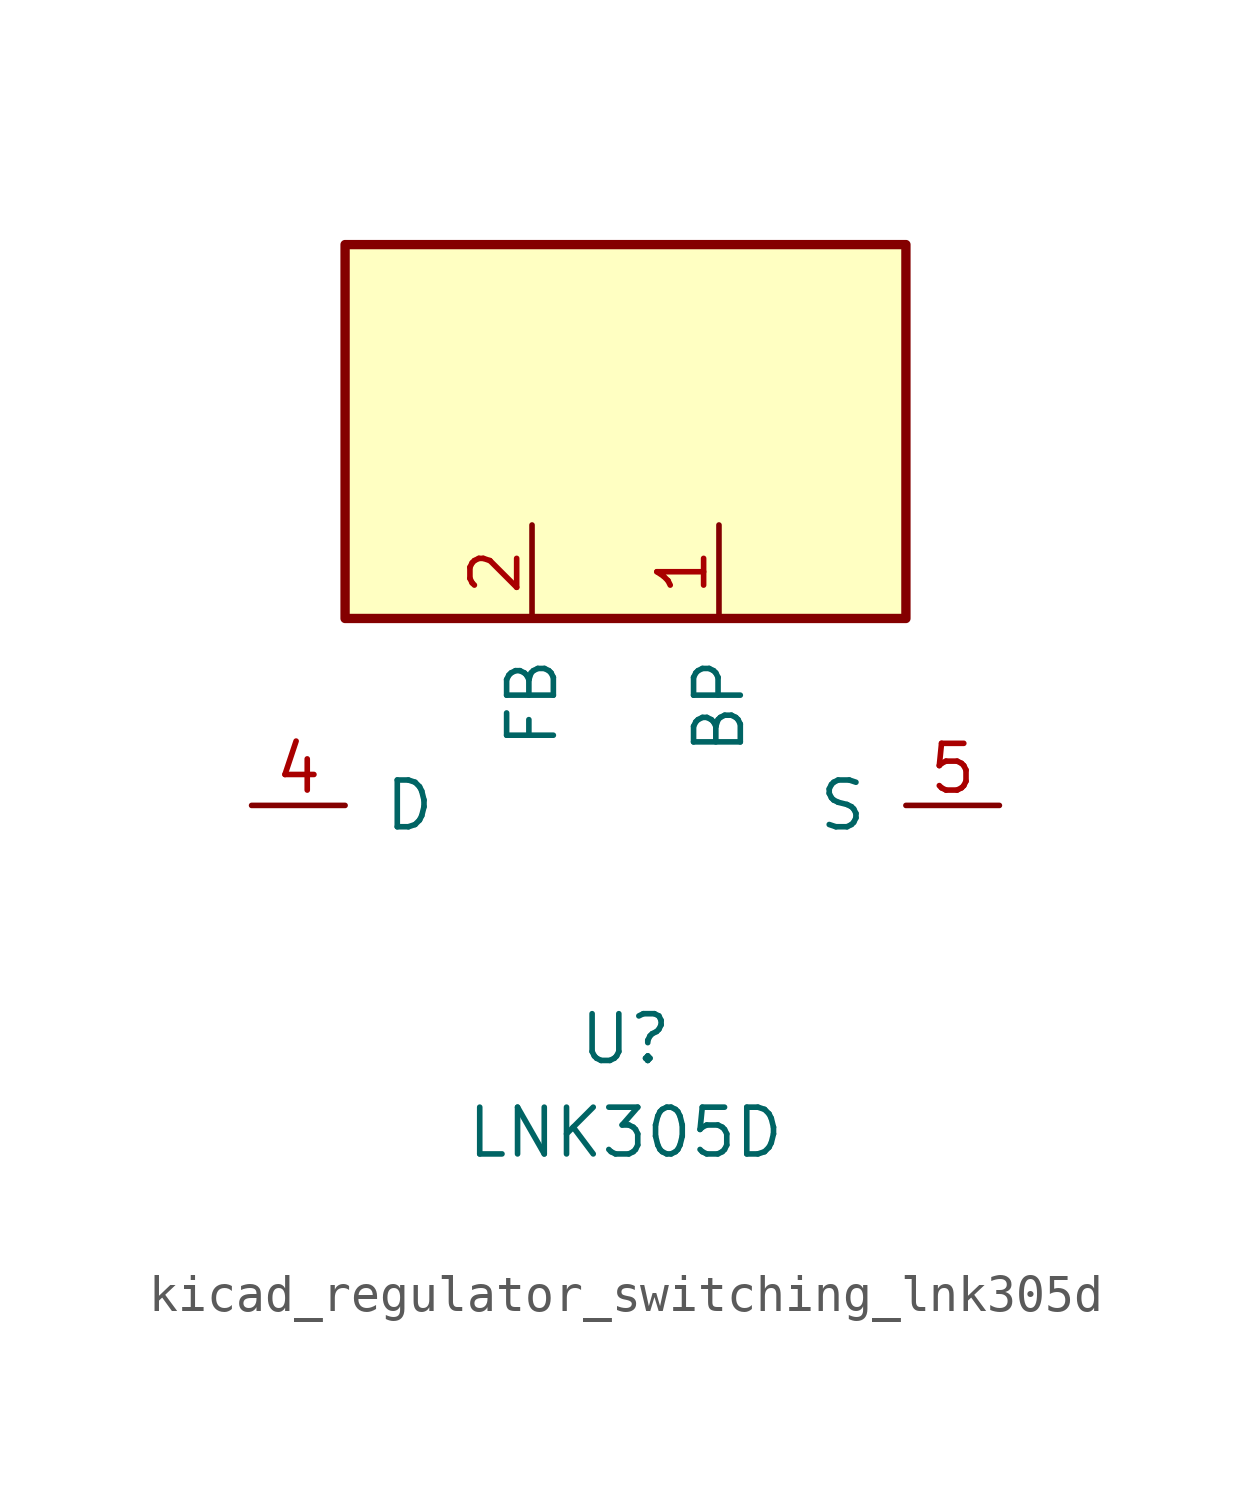
<source format=kicad_sym>
(kicad_symbol_lib
  (version 20220914)
  (generator kicad_symbol_editor)
  (symbol "kicad_regulator_switching_lnk305d"
    (pin_names
      (offset 1.016))
    (property "Reference" "U"
      (at 0 -6.35 0)
      (effects (font (size 1.27 1.27))))
    (property "Value" "LNK305D"
      (at 0 -8.89 0)
      (effects (font (size 1.27 1.27))))
    (symbol "kicad_regulator_switching_lnk305d_0_1"
      (rectangle (start 7.62 15.24) (end -7.62 5.08) (stroke (width 0.254) (type default)) (fill (type background))))
    (symbol "kicad_regulator_switching_lnk305d_1_1"
      (pin input line (at 2.54 7.62 270) (length 2.54) (name "BP" (effects (font (size 1.27 1.27)))) (number "1" (effects (font (size 1.27 1.27)))))
      (pin input line (at -2.54 7.62 270) (length 2.54) (name "FB" (effects (font (size 1.27 1.27)))) (number "2" (effects (font (size 1.27 1.27)))))
      (pin open_collector line (at -10.16 0 0) (length 2.54) (name "D" (effects (font (size 1.27 1.27)))) (number "4" (effects (font (size 1.27 1.27)))))
      (pin power_in line (at 10.16 0 180) (length 2.54) (name "S" (effects (font (size 1.27 1.27)))) (number "5" (effects (font (size 1.27 1.27)))))
      (pin passive line (at 10.16 0 180) (length 2.54) hide (name "S" (effects (font (size 1.27 1.27)))) (number "6" (effects (font (size 1.27 1.27)))))
      (pin passive line (at 10.16 0 180) (length 2.54) hide (name "S" (effects (font (size 1.27 1.27)))) (number "7" (effects (font (size 1.27 1.27)))))
      (pin passive line (at 10.16 0 180) (length 2.54) hide (name "S" (effects (font (size 1.27 1.27)))) (number "8" (effects (font (size 1.27 1.27))))))))
</source>
